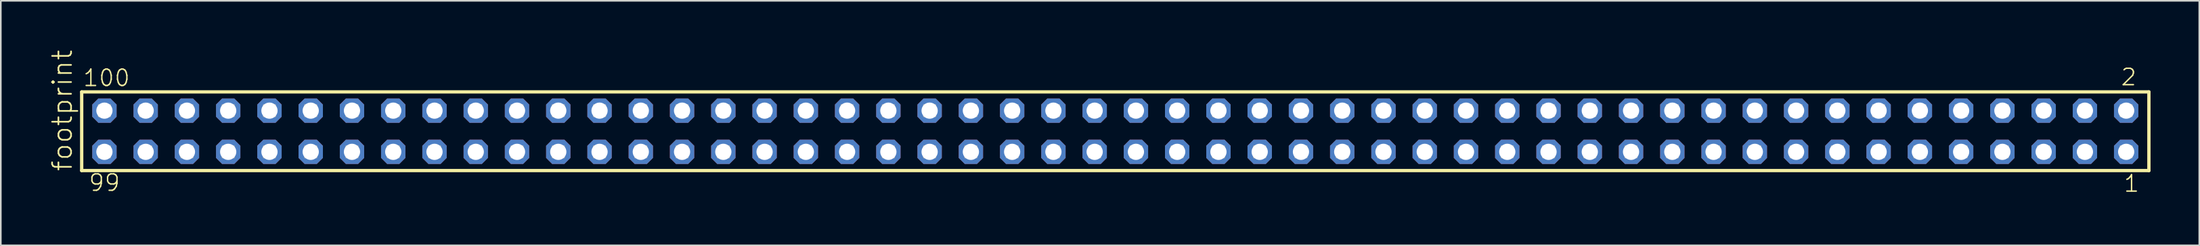
<source format=kicad_pcb>
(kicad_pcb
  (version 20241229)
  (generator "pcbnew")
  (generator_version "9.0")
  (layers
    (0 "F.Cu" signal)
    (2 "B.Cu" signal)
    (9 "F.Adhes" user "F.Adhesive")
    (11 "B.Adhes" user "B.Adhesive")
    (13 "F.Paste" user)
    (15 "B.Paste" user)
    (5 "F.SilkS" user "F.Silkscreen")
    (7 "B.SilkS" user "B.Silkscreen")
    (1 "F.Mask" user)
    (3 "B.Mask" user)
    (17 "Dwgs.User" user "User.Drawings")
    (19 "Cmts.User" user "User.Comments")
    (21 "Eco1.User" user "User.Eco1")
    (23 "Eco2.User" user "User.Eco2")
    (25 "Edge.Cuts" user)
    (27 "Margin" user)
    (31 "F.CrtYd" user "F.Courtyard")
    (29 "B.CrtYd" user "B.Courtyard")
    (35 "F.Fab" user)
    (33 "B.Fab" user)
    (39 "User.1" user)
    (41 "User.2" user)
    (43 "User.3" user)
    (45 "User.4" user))
  (footprint "footprint"
    (layer "F.Cu")
    (at 65.608 5.042)
    (property "Reference" "footprint" (at -64.135 2.54 90) (layer "F.SilkS") (effects (font (size 1.168 1.168) (thickness 0.102)) (justify left bottom)))
    (fp_line (start -63.629 -2.425) (end 63.629 -2.425) (stroke (width 0.203) (type solid)) (layer "F.SilkS"))
    (fp_line (start -63.629 2.425) (end -63.629 -2.425) (stroke (width 0.203) (type solid)) (layer "F.SilkS"))
    (fp_line (start 63.629 -2.425) (end 63.629 2.425) (stroke (width 0.203) (type solid)) (layer "F.SilkS"))
    (fp_line (start 63.629 2.425) (end -63.629 2.425) (stroke (width 0.203) (type solid)) (layer "F.SilkS"))
    (fp_poly (pts (xy -62.58 -0.92) (xy -61.88 -0.92) (xy -61.88 -1.62) (xy -62.58 -1.62)) (stroke (width 0.1) (type solid)) (fill no) (layer "F.Fab"))
    (fp_poly (pts (xy -62.58 1.62) (xy -61.88 1.62) (xy -61.88 0.92) (xy -62.58 0.92)) (stroke (width 0.1) (type solid)) (fill no) (layer "F.Fab"))
    (fp_poly (pts (xy -60.04 -0.92) (xy -59.34 -0.92) (xy -59.34 -1.62) (xy -60.04 -1.62)) (stroke (width 0.1) (type solid)) (fill no) (layer "F.Fab"))
    (fp_poly (pts (xy -60.04 1.62) (xy -59.34 1.62) (xy -59.34 0.92) (xy -60.04 0.92)) (stroke (width 0.1) (type solid)) (fill no) (layer "F.Fab"))
    (fp_poly (pts (xy -57.5 -0.92) (xy -56.8 -0.92) (xy -56.8 -1.62) (xy -57.5 -1.62)) (stroke (width 0.1) (type solid)) (fill no) (layer "F.Fab"))
    (fp_poly (pts (xy -57.5 1.62) (xy -56.8 1.62) (xy -56.8 0.92) (xy -57.5 0.92)) (stroke (width 0.1) (type solid)) (fill no) (layer "F.Fab"))
    (fp_poly (pts (xy -54.96 -0.92) (xy -54.26 -0.92) (xy -54.26 -1.62) (xy -54.96 -1.62)) (stroke (width 0.1) (type solid)) (fill no) (layer "F.Fab"))
    (fp_poly (pts (xy -54.96 1.62) (xy -54.26 1.62) (xy -54.26 0.92) (xy -54.96 0.92)) (stroke (width 0.1) (type solid)) (fill no) (layer "F.Fab"))
    (fp_poly (pts (xy -52.42 -0.92) (xy -51.72 -0.92) (xy -51.72 -1.62) (xy -52.42 -1.62)) (stroke (width 0.1) (type solid)) (fill no) (layer "F.Fab"))
    (fp_poly (pts (xy -52.42 1.62) (xy -51.72 1.62) (xy -51.72 0.92) (xy -52.42 0.92)) (stroke (width 0.1) (type solid)) (fill no) (layer "F.Fab"))
    (fp_poly (pts (xy -49.88 -0.92) (xy -49.18 -0.92) (xy -49.18 -1.62) (xy -49.88 -1.62)) (stroke (width 0.1) (type solid)) (fill no) (layer "F.Fab"))
    (fp_poly (pts (xy -49.88 1.62) (xy -49.18 1.62) (xy -49.18 0.92) (xy -49.88 0.92)) (stroke (width 0.1) (type solid)) (fill no) (layer "F.Fab"))
    (fp_poly (pts (xy -47.34 -0.92) (xy -46.64 -0.92) (xy -46.64 -1.62) (xy -47.34 -1.62)) (stroke (width 0.1) (type solid)) (fill no) (layer "F.Fab"))
    (fp_poly (pts (xy -47.34 1.62) (xy -46.64 1.62) (xy -46.64 0.92) (xy -47.34 0.92)) (stroke (width 0.1) (type solid)) (fill no) (layer "F.Fab"))
    (fp_poly (pts (xy -44.8 -0.92) (xy -44.1 -0.92) (xy -44.1 -1.62) (xy -44.8 -1.62)) (stroke (width 0.1) (type solid)) (fill no) (layer "F.Fab"))
    (fp_poly (pts (xy -44.8 1.62) (xy -44.1 1.62) (xy -44.1 0.92) (xy -44.8 0.92)) (stroke (width 0.1) (type solid)) (fill no) (layer "F.Fab"))
    (fp_poly (pts (xy -42.26 -0.92) (xy -41.56 -0.92) (xy -41.56 -1.62) (xy -42.26 -1.62)) (stroke (width 0.1) (type solid)) (fill no) (layer "F.Fab"))
    (fp_poly (pts (xy -42.26 1.62) (xy -41.56 1.62) (xy -41.56 0.92) (xy -42.26 0.92)) (stroke (width 0.1) (type solid)) (fill no) (layer "F.Fab"))
    (fp_poly (pts (xy -39.72 -0.92) (xy -39.02 -0.92) (xy -39.02 -1.62) (xy -39.72 -1.62)) (stroke (width 0.1) (type solid)) (fill no) (layer "F.Fab"))
    (fp_poly (pts (xy -39.72 1.62) (xy -39.02 1.62) (xy -39.02 0.92) (xy -39.72 0.92)) (stroke (width 0.1) (type solid)) (fill no) (layer "F.Fab"))
    (fp_poly (pts (xy -37.18 -0.92) (xy -36.48 -0.92) (xy -36.48 -1.62) (xy -37.18 -1.62)) (stroke (width 0.1) (type solid)) (fill no) (layer "F.Fab"))
    (fp_poly (pts (xy -37.18 1.62) (xy -36.48 1.62) (xy -36.48 0.92) (xy -37.18 0.92)) (stroke (width 0.1) (type solid)) (fill no) (layer "F.Fab"))
    (fp_poly (pts (xy -34.64 -0.92) (xy -33.94 -0.92) (xy -33.94 -1.62) (xy -34.64 -1.62)) (stroke (width 0.1) (type solid)) (fill no) (layer "F.Fab"))
    (fp_poly (pts (xy -34.64 1.62) (xy -33.94 1.62) (xy -33.94 0.92) (xy -34.64 0.92)) (stroke (width 0.1) (type solid)) (fill no) (layer "F.Fab"))
    (fp_poly (pts (xy -32.1 -0.92) (xy -31.4 -0.92) (xy -31.4 -1.62) (xy -32.1 -1.62)) (stroke (width 0.1) (type solid)) (fill no) (layer "F.Fab"))
    (fp_poly (pts (xy -32.1 1.62) (xy -31.4 1.62) (xy -31.4 0.92) (xy -32.1 0.92)) (stroke (width 0.1) (type solid)) (fill no) (layer "F.Fab"))
    (fp_poly (pts (xy -29.56 -0.92) (xy -28.86 -0.92) (xy -28.86 -1.62) (xy -29.56 -1.62)) (stroke (width 0.1) (type solid)) (fill no) (layer "F.Fab"))
    (fp_poly (pts (xy -29.56 1.62) (xy -28.86 1.62) (xy -28.86 0.92) (xy -29.56 0.92)) (stroke (width 0.1) (type solid)) (fill no) (layer "F.Fab"))
    (fp_poly (pts (xy -27.02 -0.92) (xy -26.32 -0.92) (xy -26.32 -1.62) (xy -27.02 -1.62)) (stroke (width 0.1) (type solid)) (fill no) (layer "F.Fab"))
    (fp_poly (pts (xy -27.02 1.62) (xy -26.32 1.62) (xy -26.32 0.92) (xy -27.02 0.92)) (stroke (width 0.1) (type solid)) (fill no) (layer "F.Fab"))
    (fp_poly (pts (xy -24.48 -0.92) (xy -23.78 -0.92) (xy -23.78 -1.62) (xy -24.48 -1.62)) (stroke (width 0.1) (type solid)) (fill no) (layer "F.Fab"))
    (fp_poly (pts (xy -24.48 1.62) (xy -23.78 1.62) (xy -23.78 0.92) (xy -24.48 0.92)) (stroke (width 0.1) (type solid)) (fill no) (layer "F.Fab"))
    (fp_poly (pts (xy -21.94 -0.92) (xy -21.24 -0.92) (xy -21.24 -1.62) (xy -21.94 -1.62)) (stroke (width 0.1) (type solid)) (fill no) (layer "F.Fab"))
    (fp_poly (pts (xy -21.94 1.62) (xy -21.24 1.62) (xy -21.24 0.92) (xy -21.94 0.92)) (stroke (width 0.1) (type solid)) (fill no) (layer "F.Fab"))
    (fp_poly (pts (xy -19.4 -0.92) (xy -18.7 -0.92) (xy -18.7 -1.62) (xy -19.4 -1.62)) (stroke (width 0.1) (type solid)) (fill no) (layer "F.Fab"))
    (fp_poly (pts (xy -19.4 1.62) (xy -18.7 1.62) (xy -18.7 0.92) (xy -19.4 0.92)) (stroke (width 0.1) (type solid)) (fill no) (layer "F.Fab"))
    (fp_poly (pts (xy -16.86 -0.92) (xy -16.16 -0.92) (xy -16.16 -1.62) (xy -16.86 -1.62)) (stroke (width 0.1) (type solid)) (fill no) (layer "F.Fab"))
    (fp_poly (pts (xy -16.86 1.62) (xy -16.16 1.62) (xy -16.16 0.92) (xy -16.86 0.92)) (stroke (width 0.1) (type solid)) (fill no) (layer "F.Fab"))
    (fp_poly (pts (xy -14.32 -0.92) (xy -13.62 -0.92) (xy -13.62 -1.62) (xy -14.32 -1.62)) (stroke (width 0.1) (type solid)) (fill no) (layer "F.Fab"))
    (fp_poly (pts (xy -14.32 1.62) (xy -13.62 1.62) (xy -13.62 0.92) (xy -14.32 0.92)) (stroke (width 0.1) (type solid)) (fill no) (layer "F.Fab"))
    (fp_poly (pts (xy -11.78 -0.92) (xy -11.08 -0.92) (xy -11.08 -1.62) (xy -11.78 -1.62)) (stroke (width 0.1) (type solid)) (fill no) (layer "F.Fab"))
    (fp_poly (pts (xy -11.78 1.62) (xy -11.08 1.62) (xy -11.08 0.92) (xy -11.78 0.92)) (stroke (width 0.1) (type solid)) (fill no) (layer "F.Fab"))
    (fp_poly (pts (xy -9.24 -0.92) (xy -8.54 -0.92) (xy -8.54 -1.62) (xy -9.24 -1.62)) (stroke (width 0.1) (type solid)) (fill no) (layer "F.Fab"))
    (fp_poly (pts (xy -9.24 1.62) (xy -8.54 1.62) (xy -8.54 0.92) (xy -9.24 0.92)) (stroke (width 0.1) (type solid)) (fill no) (layer "F.Fab"))
    (fp_poly (pts (xy -6.7 -0.92) (xy -6 -0.92) (xy -6 -1.62) (xy -6.7 -1.62)) (stroke (width 0.1) (type solid)) (fill no) (layer "F.Fab"))
    (fp_poly (pts (xy -6.7 1.62) (xy -6 1.62) (xy -6 0.92) (xy -6.7 0.92)) (stroke (width 0.1) (type solid)) (fill no) (layer "F.Fab"))
    (fp_poly (pts (xy -4.16 -0.92) (xy -3.46 -0.92) (xy -3.46 -1.62) (xy -4.16 -1.62)) (stroke (width 0.1) (type solid)) (fill no) (layer "F.Fab"))
    (fp_poly (pts (xy -4.16 1.62) (xy -3.46 1.62) (xy -3.46 0.92) (xy -4.16 0.92)) (stroke (width 0.1) (type solid)) (fill no) (layer "F.Fab"))
    (fp_poly (pts (xy -1.62 -0.92) (xy -0.92 -0.92) (xy -0.92 -1.62) (xy -1.62 -1.62)) (stroke (width 0.1) (type solid)) (fill no) (layer "F.Fab"))
    (fp_poly (pts (xy -1.62 1.62) (xy -0.92 1.62) (xy -0.92 0.92) (xy -1.62 0.92)) (stroke (width 0.1) (type solid)) (fill no) (layer "F.Fab"))
    (fp_poly (pts (xy 0.92 -0.92) (xy 1.62 -0.92) (xy 1.62 -1.62) (xy 0.92 -1.62)) (stroke (width 0.1) (type solid)) (fill no) (layer "F.Fab"))
    (fp_poly (pts (xy 0.92 1.62) (xy 1.62 1.62) (xy 1.62 0.92) (xy 0.92 0.92)) (stroke (width 0.1) (type solid)) (fill no) (layer "F.Fab"))
    (fp_poly (pts (xy 3.46 -0.92) (xy 4.16 -0.92) (xy 4.16 -1.62) (xy 3.46 -1.62)) (stroke (width 0.1) (type solid)) (fill no) (layer "F.Fab"))
    (fp_poly (pts (xy 3.46 1.62) (xy 4.16 1.62) (xy 4.16 0.92) (xy 3.46 0.92)) (stroke (width 0.1) (type solid)) (fill no) (layer "F.Fab"))
    (fp_poly (pts (xy 6 -0.92) (xy 6.7 -0.92) (xy 6.7 -1.62) (xy 6 -1.62)) (stroke (width 0.1) (type solid)) (fill no) (layer "F.Fab"))
    (fp_poly (pts (xy 6 1.62) (xy 6.7 1.62) (xy 6.7 0.92) (xy 6 0.92)) (stroke (width 0.1) (type solid)) (fill no) (layer "F.Fab"))
    (fp_poly (pts (xy 8.54 -0.92) (xy 9.24 -0.92) (xy 9.24 -1.62) (xy 8.54 -1.62)) (stroke (width 0.1) (type solid)) (fill no) (layer "F.Fab"))
    (fp_poly (pts (xy 8.54 1.62) (xy 9.24 1.62) (xy 9.24 0.92) (xy 8.54 0.92)) (stroke (width 0.1) (type solid)) (fill no) (layer "F.Fab"))
    (fp_poly (pts (xy 11.08 -0.92) (xy 11.78 -0.92) (xy 11.78 -1.62) (xy 11.08 -1.62)) (stroke (width 0.1) (type solid)) (fill no) (layer "F.Fab"))
    (fp_poly (pts (xy 11.08 1.62) (xy 11.78 1.62) (xy 11.78 0.92) (xy 11.08 0.92)) (stroke (width 0.1) (type solid)) (fill no) (layer "F.Fab"))
    (fp_poly (pts (xy 13.62 -0.92) (xy 14.32 -0.92) (xy 14.32 -1.62) (xy 13.62 -1.62)) (stroke (width 0.1) (type solid)) (fill no) (layer "F.Fab"))
    (fp_poly (pts (xy 13.62 1.62) (xy 14.32 1.62) (xy 14.32 0.92) (xy 13.62 0.92)) (stroke (width 0.1) (type solid)) (fill no) (layer "F.Fab"))
    (fp_poly (pts (xy 16.16 -0.92) (xy 16.86 -0.92) (xy 16.86 -1.62) (xy 16.16 -1.62)) (stroke (width 0.1) (type solid)) (fill no) (layer "F.Fab"))
    (fp_poly (pts (xy 16.16 1.62) (xy 16.86 1.62) (xy 16.86 0.92) (xy 16.16 0.92)) (stroke (width 0.1) (type solid)) (fill no) (layer "F.Fab"))
    (fp_poly (pts (xy 18.7 -0.92) (xy 19.4 -0.92) (xy 19.4 -1.62) (xy 18.7 -1.62)) (stroke (width 0.1) (type solid)) (fill no) (layer "F.Fab"))
    (fp_poly (pts (xy 18.7 1.62) (xy 19.4 1.62) (xy 19.4 0.92) (xy 18.7 0.92)) (stroke (width 0.1) (type solid)) (fill no) (layer "F.Fab"))
    (fp_poly (pts (xy 21.24 -0.92) (xy 21.94 -0.92) (xy 21.94 -1.62) (xy 21.24 -1.62)) (stroke (width 0.1) (type solid)) (fill no) (layer "F.Fab"))
    (fp_poly (pts (xy 21.24 1.62) (xy 21.94 1.62) (xy 21.94 0.92) (xy 21.24 0.92)) (stroke (width 0.1) (type solid)) (fill no) (layer "F.Fab"))
    (fp_poly (pts (xy 23.78 -0.92) (xy 24.48 -0.92) (xy 24.48 -1.62) (xy 23.78 -1.62)) (stroke (width 0.1) (type solid)) (fill no) (layer "F.Fab"))
    (fp_poly (pts (xy 23.78 1.62) (xy 24.48 1.62) (xy 24.48 0.92) (xy 23.78 0.92)) (stroke (width 0.1) (type solid)) (fill no) (layer "F.Fab"))
    (fp_poly (pts (xy 26.32 -0.92) (xy 27.02 -0.92) (xy 27.02 -1.62) (xy 26.32 -1.62)) (stroke (width 0.1) (type solid)) (fill no) (layer "F.Fab"))
    (fp_poly (pts (xy 26.32 1.62) (xy 27.02 1.62) (xy 27.02 0.92) (xy 26.32 0.92)) (stroke (width 0.1) (type solid)) (fill no) (layer "F.Fab"))
    (fp_poly (pts (xy 28.86 -0.92) (xy 29.56 -0.92) (xy 29.56 -1.62) (xy 28.86 -1.62)) (stroke (width 0.1) (type solid)) (fill no) (layer "F.Fab"))
    (fp_poly (pts (xy 28.86 1.62) (xy 29.56 1.62) (xy 29.56 0.92) (xy 28.86 0.92)) (stroke (width 0.1) (type solid)) (fill no) (layer "F.Fab"))
    (fp_poly (pts (xy 31.4 -0.92) (xy 32.1 -0.92) (xy 32.1 -1.62) (xy 31.4 -1.62)) (stroke (width 0.1) (type solid)) (fill no) (layer "F.Fab"))
    (fp_poly (pts (xy 31.4 1.62) (xy 32.1 1.62) (xy 32.1 0.92) (xy 31.4 0.92)) (stroke (width 0.1) (type solid)) (fill no) (layer "F.Fab"))
    (fp_poly (pts (xy 33.94 -0.92) (xy 34.64 -0.92) (xy 34.64 -1.62) (xy 33.94 -1.62)) (stroke (width 0.1) (type solid)) (fill no) (layer "F.Fab"))
    (fp_poly (pts (xy 33.94 1.62) (xy 34.64 1.62) (xy 34.64 0.92) (xy 33.94 0.92)) (stroke (width 0.1) (type solid)) (fill no) (layer "F.Fab"))
    (fp_poly (pts (xy 36.48 -0.92) (xy 37.18 -0.92) (xy 37.18 -1.62) (xy 36.48 -1.62)) (stroke (width 0.1) (type solid)) (fill no) (layer "F.Fab"))
    (fp_poly (pts (xy 36.48 1.62) (xy 37.18 1.62) (xy 37.18 0.92) (xy 36.48 0.92)) (stroke (width 0.1) (type solid)) (fill no) (layer "F.Fab"))
    (fp_poly (pts (xy 39.02 -0.92) (xy 39.72 -0.92) (xy 39.72 -1.62) (xy 39.02 -1.62)) (stroke (width 0.1) (type solid)) (fill no) (layer "F.Fab"))
    (fp_poly (pts (xy 39.02 1.62) (xy 39.72 1.62) (xy 39.72 0.92) (xy 39.02 0.92)) (stroke (width 0.1) (type solid)) (fill no) (layer "F.Fab"))
    (fp_poly (pts (xy 41.56 -0.92) (xy 42.26 -0.92) (xy 42.26 -1.62) (xy 41.56 -1.62)) (stroke (width 0.1) (type solid)) (fill no) (layer "F.Fab"))
    (fp_poly (pts (xy 41.56 1.62) (xy 42.26 1.62) (xy 42.26 0.92) (xy 41.56 0.92)) (stroke (width 0.1) (type solid)) (fill no) (layer "F.Fab"))
    (fp_poly (pts (xy 44.1 -0.92) (xy 44.8 -0.92) (xy 44.8 -1.62) (xy 44.1 -1.62)) (stroke (width 0.1) (type solid)) (fill no) (layer "F.Fab"))
    (fp_poly (pts (xy 44.1 1.62) (xy 44.8 1.62) (xy 44.8 0.92) (xy 44.1 0.92)) (stroke (width 0.1) (type solid)) (fill no) (layer "F.Fab"))
    (fp_poly (pts (xy 46.64 -0.92) (xy 47.34 -0.92) (xy 47.34 -1.62) (xy 46.64 -1.62)) (stroke (width 0.1) (type solid)) (fill no) (layer "F.Fab"))
    (fp_poly (pts (xy 46.64 1.62) (xy 47.34 1.62) (xy 47.34 0.92) (xy 46.64 0.92)) (stroke (width 0.1) (type solid)) (fill no) (layer "F.Fab"))
    (fp_poly (pts (xy 49.18 -0.92) (xy 49.88 -0.92) (xy 49.88 -1.62) (xy 49.18 -1.62)) (stroke (width 0.1) (type solid)) (fill no) (layer "F.Fab"))
    (fp_poly (pts (xy 49.18 1.62) (xy 49.88 1.62) (xy 49.88 0.92) (xy 49.18 0.92)) (stroke (width 0.1) (type solid)) (fill no) (layer "F.Fab"))
    (fp_poly (pts (xy 51.72 -0.92) (xy 52.42 -0.92) (xy 52.42 -1.62) (xy 51.72 -1.62)) (stroke (width 0.1) (type solid)) (fill no) (layer "F.Fab"))
    (fp_poly (pts (xy 51.72 1.62) (xy 52.42 1.62) (xy 52.42 0.92) (xy 51.72 0.92)) (stroke (width 0.1) (type solid)) (fill no) (layer "F.Fab"))
    (fp_poly (pts (xy 54.26 -0.92) (xy 54.96 -0.92) (xy 54.96 -1.62) (xy 54.26 -1.62)) (stroke (width 0.1) (type solid)) (fill no) (layer "F.Fab"))
    (fp_poly (pts (xy 54.26 1.62) (xy 54.96 1.62) (xy 54.96 0.92) (xy 54.26 0.92)) (stroke (width 0.1) (type solid)) (fill no) (layer "F.Fab"))
    (fp_poly (pts (xy 56.8 -0.92) (xy 57.5 -0.92) (xy 57.5 -1.62) (xy 56.8 -1.62)) (stroke (width 0.1) (type solid)) (fill no) (layer "F.Fab"))
    (fp_poly (pts (xy 56.8 1.62) (xy 57.5 1.62) (xy 57.5 0.92) (xy 56.8 0.92)) (stroke (width 0.1) (type solid)) (fill no) (layer "F.Fab"))
    (fp_poly (pts (xy 59.34 -0.92) (xy 60.04 -0.92) (xy 60.04 -1.62) (xy 59.34 -1.62)) (stroke (width 0.1) (type solid)) (fill no) (layer "F.Fab"))
    (fp_poly (pts (xy 59.34 1.62) (xy 60.04 1.62) (xy 60.04 0.92) (xy 59.34 0.92)) (stroke (width 0.1) (type solid)) (fill no) (layer "F.Fab"))
    (fp_poly (pts (xy 61.88 -0.92) (xy 62.58 -0.92) (xy 62.58 -1.62) (xy 61.88 -1.62)) (stroke (width 0.1) (type solid)) (fill no) (layer "F.Fab"))
    (fp_poly (pts (xy 61.88 1.62) (xy 62.58 1.62) (xy 62.58 0.92) (xy 61.88 0.92)) (stroke (width 0.1) (type solid)) (fill no) (layer "F.Fab"))
    (fp_text user "1" (at 62.022 3.818 0) (layer "F.SilkS") (effects (font (size 1.012 1.012) (thickness 0.088)) (justify left bottom)))
    (fp_text user "99" (at -63.25 3.768 0) (layer "F.SilkS") (effects (font (size 1.012 1.012) (thickness 0.088)) (justify left bottom)))
    (fp_text user "100" (at -63.604 -2.694 0) (layer "F.SilkS") (effects (font (size 1.012 1.012) (thickness 0.088)) (justify left bottom)))
    (fp_text user "2" (at 61.847 -2.744 0) (layer "F.SilkS") (effects (font (size 1.012 1.012) (thickness 0.088)) (justify left bottom)))
    (pad "1" thru_hole roundrect (at 62.23 1.27 180) (size 1.5 1.5) (drill 1) (layers "*.Cu" "*.Mask") (roundrect_rratio 0.25) (chamfer_ratio 0.25) (chamfer top_left top_right bottom_left bottom_right))
    (pad "2" thru_hole roundrect (at 62.23 -1.27 180) (size 1.5 1.5) (drill 1) (layers "*.Cu" "*.Mask") (roundrect_rratio 0.25) (chamfer_ratio 0.25) (chamfer top_left top_right bottom_left bottom_right))
    (pad "3" thru_hole roundrect (at 59.69 1.27 180) (size 1.5 1.5) (drill 1) (layers "*.Cu" "*.Mask") (roundrect_rratio 0.25) (chamfer_ratio 0.25) (chamfer top_left top_right bottom_left bottom_right))
    (pad "4" thru_hole roundrect (at 59.69 -1.27 180) (size 1.5 1.5) (drill 1) (layers "*.Cu" "*.Mask") (roundrect_rratio 0.25) (chamfer_ratio 0.25) (chamfer top_left top_right bottom_left bottom_right))
    (pad "5" thru_hole roundrect (at 57.15 1.27 180) (size 1.5 1.5) (drill 1) (layers "*.Cu" "*.Mask") (roundrect_rratio 0.25) (chamfer_ratio 0.25) (chamfer top_left top_right bottom_left bottom_right))
    (pad "6" thru_hole roundrect (at 57.15 -1.27 180) (size 1.5 1.5) (drill 1) (layers "*.Cu" "*.Mask") (roundrect_rratio 0.25) (chamfer_ratio 0.25) (chamfer top_left top_right bottom_left bottom_right))
    (pad "7" thru_hole roundrect (at 54.61 1.27 180) (size 1.5 1.5) (drill 1) (layers "*.Cu" "*.Mask") (roundrect_rratio 0.25) (chamfer_ratio 0.25) (chamfer top_left top_right bottom_left bottom_right))
    (pad "8" thru_hole roundrect (at 54.61 -1.27 180) (size 1.5 1.5) (drill 1) (layers "*.Cu" "*.Mask") (roundrect_rratio 0.25) (chamfer_ratio 0.25) (chamfer top_left top_right bottom_left bottom_right))
    (pad "9" thru_hole roundrect (at 52.07 1.27 180) (size 1.5 1.5) (drill 1) (layers "*.Cu" "*.Mask") (roundrect_rratio 0.25) (chamfer_ratio 0.25) (chamfer top_left top_right bottom_left bottom_right))
    (pad "10" thru_hole roundrect (at 52.07 -1.27 180) (size 1.5 1.5) (drill 1) (layers "*.Cu" "*.Mask") (roundrect_rratio 0.25) (chamfer_ratio 0.25) (chamfer top_left top_right bottom_left bottom_right))
    (pad "11" thru_hole roundrect (at 49.53 1.27 180) (size 1.5 1.5) (drill 1) (layers "*.Cu" "*.Mask") (roundrect_rratio 0.25) (chamfer_ratio 0.25) (chamfer top_left top_right bottom_left bottom_right))
    (pad "12" thru_hole roundrect (at 49.53 -1.27 180) (size 1.5 1.5) (drill 1) (layers "*.Cu" "*.Mask") (roundrect_rratio 0.25) (chamfer_ratio 0.25) (chamfer top_left top_right bottom_left bottom_right))
    (pad "13" thru_hole roundrect (at 46.99 1.27 180) (size 1.5 1.5) (drill 1) (layers "*.Cu" "*.Mask") (roundrect_rratio 0.25) (chamfer_ratio 0.25) (chamfer top_left top_right bottom_left bottom_right))
    (pad "14" thru_hole roundrect (at 46.99 -1.27 180) (size 1.5 1.5) (drill 1) (layers "*.Cu" "*.Mask") (roundrect_rratio 0.25) (chamfer_ratio 0.25) (chamfer top_left top_right bottom_left bottom_right))
    (pad "15" thru_hole roundrect (at 44.45 1.27 180) (size 1.5 1.5) (drill 1) (layers "*.Cu" "*.Mask") (roundrect_rratio 0.25) (chamfer_ratio 0.25) (chamfer top_left top_right bottom_left bottom_right))
    (pad "16" thru_hole roundrect (at 44.45 -1.27 180) (size 1.5 1.5) (drill 1) (layers "*.Cu" "*.Mask") (roundrect_rratio 0.25) (chamfer_ratio 0.25) (chamfer top_left top_right bottom_left bottom_right))
    (pad "17" thru_hole roundrect (at 41.91 1.27 180) (size 1.5 1.5) (drill 1) (layers "*.Cu" "*.Mask") (roundrect_rratio 0.25) (chamfer_ratio 0.25) (chamfer top_left top_right bottom_left bottom_right))
    (pad "18" thru_hole roundrect (at 41.91 -1.27 180) (size 1.5 1.5) (drill 1) (layers "*.Cu" "*.Mask") (roundrect_rratio 0.25) (chamfer_ratio 0.25) (chamfer top_left top_right bottom_left bottom_right))
    (pad "19" thru_hole roundrect (at 39.37 1.27 180) (size 1.5 1.5) (drill 1) (layers "*.Cu" "*.Mask") (roundrect_rratio 0.25) (chamfer_ratio 0.25) (chamfer top_left top_right bottom_left bottom_right))
    (pad "20" thru_hole roundrect (at 39.37 -1.27 180) (size 1.5 1.5) (drill 1) (layers "*.Cu" "*.Mask") (roundrect_rratio 0.25) (chamfer_ratio 0.25) (chamfer top_left top_right bottom_left bottom_right))
    (pad "21" thru_hole roundrect (at 36.83 1.27 180) (size 1.5 1.5) (drill 1) (layers "*.Cu" "*.Mask") (roundrect_rratio 0.25) (chamfer_ratio 0.25) (chamfer top_left top_right bottom_left bottom_right))
    (pad "22" thru_hole roundrect (at 36.83 -1.27 180) (size 1.5 1.5) (drill 1) (layers "*.Cu" "*.Mask") (roundrect_rratio 0.25) (chamfer_ratio 0.25) (chamfer top_left top_right bottom_left bottom_right))
    (pad "23" thru_hole roundrect (at 34.29 1.27 180) (size 1.5 1.5) (drill 1) (layers "*.Cu" "*.Mask") (roundrect_rratio 0.25) (chamfer_ratio 0.25) (chamfer top_left top_right bottom_left bottom_right))
    (pad "24" thru_hole roundrect (at 34.29 -1.27 180) (size 1.5 1.5) (drill 1) (layers "*.Cu" "*.Mask") (roundrect_rratio 0.25) (chamfer_ratio 0.25) (chamfer top_left top_right bottom_left bottom_right))
    (pad "25" thru_hole roundrect (at 31.75 1.27 180) (size 1.5 1.5) (drill 1) (layers "*.Cu" "*.Mask") (roundrect_rratio 0.25) (chamfer_ratio 0.25) (chamfer top_left top_right bottom_left bottom_right))
    (pad "26" thru_hole roundrect (at 31.75 -1.27 180) (size 1.5 1.5) (drill 1) (layers "*.Cu" "*.Mask") (roundrect_rratio 0.25) (chamfer_ratio 0.25) (chamfer top_left top_right bottom_left bottom_right))
    (pad "27" thru_hole roundrect (at 29.21 1.27 180) (size 1.5 1.5) (drill 1) (layers "*.Cu" "*.Mask") (roundrect_rratio 0.25) (chamfer_ratio 0.25) (chamfer top_left top_right bottom_left bottom_right))
    (pad "28" thru_hole roundrect (at 29.21 -1.27 180) (size 1.5 1.5) (drill 1) (layers "*.Cu" "*.Mask") (roundrect_rratio 0.25) (chamfer_ratio 0.25) (chamfer top_left top_right bottom_left bottom_right))
    (pad "29" thru_hole roundrect (at 26.67 1.27 180) (size 1.5 1.5) (drill 1) (layers "*.Cu" "*.Mask") (roundrect_rratio 0.25) (chamfer_ratio 0.25) (chamfer top_left top_right bottom_left bottom_right))
    (pad "30" thru_hole roundrect (at 26.67 -1.27 180) (size 1.5 1.5) (drill 1) (layers "*.Cu" "*.Mask") (roundrect_rratio 0.25) (chamfer_ratio 0.25) (chamfer top_left top_right bottom_left bottom_right))
    (pad "31" thru_hole roundrect (at 24.13 1.27 180) (size 1.5 1.5) (drill 1) (layers "*.Cu" "*.Mask") (roundrect_rratio 0.25) (chamfer_ratio 0.25) (chamfer top_left top_right bottom_left bottom_right))
    (pad "32" thru_hole roundrect (at 24.13 -1.27 180) (size 1.5 1.5) (drill 1) (layers "*.Cu" "*.Mask") (roundrect_rratio 0.25) (chamfer_ratio 0.25) (chamfer top_left top_right bottom_left bottom_right))
    (pad "33" thru_hole roundrect (at 21.59 1.27 180) (size 1.5 1.5) (drill 1) (layers "*.Cu" "*.Mask") (roundrect_rratio 0.25) (chamfer_ratio 0.25) (chamfer top_left top_right bottom_left bottom_right))
    (pad "34" thru_hole roundrect (at 21.59 -1.27 180) (size 1.5 1.5) (drill 1) (layers "*.Cu" "*.Mask") (roundrect_rratio 0.25) (chamfer_ratio 0.25) (chamfer top_left top_right bottom_left bottom_right))
    (pad "35" thru_hole roundrect (at 19.05 1.27 180) (size 1.5 1.5) (drill 1) (layers "*.Cu" "*.Mask") (roundrect_rratio 0.25) (chamfer_ratio 0.25) (chamfer top_left top_right bottom_left bottom_right))
    (pad "36" thru_hole roundrect (at 19.05 -1.27 180) (size 1.5 1.5) (drill 1) (layers "*.Cu" "*.Mask") (roundrect_rratio 0.25) (chamfer_ratio 0.25) (chamfer top_left top_right bottom_left bottom_right))
    (pad "37" thru_hole roundrect (at 16.51 1.27 180) (size 1.5 1.5) (drill 1) (layers "*.Cu" "*.Mask") (roundrect_rratio 0.25) (chamfer_ratio 0.25) (chamfer top_left top_right bottom_left bottom_right))
    (pad "38" thru_hole roundrect (at 16.51 -1.27 180) (size 1.5 1.5) (drill 1) (layers "*.Cu" "*.Mask") (roundrect_rratio 0.25) (chamfer_ratio 0.25) (chamfer top_left top_right bottom_left bottom_right))
    (pad "39" thru_hole roundrect (at 13.97 1.27 180) (size 1.5 1.5) (drill 1) (layers "*.Cu" "*.Mask") (roundrect_rratio 0.25) (chamfer_ratio 0.25) (chamfer top_left top_right bottom_left bottom_right))
    (pad "40" thru_hole roundrect (at 13.97 -1.27 180) (size 1.5 1.5) (drill 1) (layers "*.Cu" "*.Mask") (roundrect_rratio 0.25) (chamfer_ratio 0.25) (chamfer top_left top_right bottom_left bottom_right))
    (pad "41" thru_hole roundrect (at 11.43 1.27 180) (size 1.5 1.5) (drill 1) (layers "*.Cu" "*.Mask") (roundrect_rratio 0.25) (chamfer_ratio 0.25) (chamfer top_left top_right bottom_left bottom_right))
    (pad "42" thru_hole roundrect (at 11.43 -1.27 180) (size 1.5 1.5) (drill 1) (layers "*.Cu" "*.Mask") (roundrect_rratio 0.25) (chamfer_ratio 0.25) (chamfer top_left top_right bottom_left bottom_right))
    (pad "43" thru_hole roundrect (at 8.89 1.27 180) (size 1.5 1.5) (drill 1) (layers "*.Cu" "*.Mask") (roundrect_rratio 0.25) (chamfer_ratio 0.25) (chamfer top_left top_right bottom_left bottom_right))
    (pad "44" thru_hole roundrect (at 8.89 -1.27 180) (size 1.5 1.5) (drill 1) (layers "*.Cu" "*.Mask") (roundrect_rratio 0.25) (chamfer_ratio 0.25) (chamfer top_left top_right bottom_left bottom_right))
    (pad "45" thru_hole roundrect (at 6.35 1.27 180) (size 1.5 1.5) (drill 1) (layers "*.Cu" "*.Mask") (roundrect_rratio 0.25) (chamfer_ratio 0.25) (chamfer top_left top_right bottom_left bottom_right))
    (pad "46" thru_hole roundrect (at 6.35 -1.27 180) (size 1.5 1.5) (drill 1) (layers "*.Cu" "*.Mask") (roundrect_rratio 0.25) (chamfer_ratio 0.25) (chamfer top_left top_right bottom_left bottom_right))
    (pad "47" thru_hole roundrect (at 3.81 1.27 180) (size 1.5 1.5) (drill 1) (layers "*.Cu" "*.Mask") (roundrect_rratio 0.25) (chamfer_ratio 0.25) (chamfer top_left top_right bottom_left bottom_right))
    (pad "48" thru_hole roundrect (at 3.81 -1.27 180) (size 1.5 1.5) (drill 1) (layers "*.Cu" "*.Mask") (roundrect_rratio 0.25) (chamfer_ratio 0.25) (chamfer top_left top_right bottom_left bottom_right))
    (pad "49" thru_hole roundrect (at 1.27 1.27 180) (size 1.5 1.5) (drill 1) (layers "*.Cu" "*.Mask") (roundrect_rratio 0.25) (chamfer_ratio 0.25) (chamfer top_left top_right bottom_left bottom_right))
    (pad "50" thru_hole roundrect (at 1.27 -1.27 180) (size 1.5 1.5) (drill 1) (layers "*.Cu" "*.Mask") (roundrect_rratio 0.25) (chamfer_ratio 0.25) (chamfer top_left top_right bottom_left bottom_right))
    (pad "51" thru_hole roundrect (at -1.27 1.27 180) (size 1.5 1.5) (drill 1) (layers "*.Cu" "*.Mask") (roundrect_rratio 0.25) (chamfer_ratio 0.25) (chamfer top_left top_right bottom_left bottom_right))
    (pad "52" thru_hole roundrect (at -1.27 -1.27 180) (size 1.5 1.5) (drill 1) (layers "*.Cu" "*.Mask") (roundrect_rratio 0.25) (chamfer_ratio 0.25) (chamfer top_left top_right bottom_left bottom_right))
    (pad "53" thru_hole roundrect (at -3.81 1.27 180) (size 1.5 1.5) (drill 1) (layers "*.Cu" "*.Mask") (roundrect_rratio 0.25) (chamfer_ratio 0.25) (chamfer top_left top_right bottom_left bottom_right))
    (pad "54" thru_hole roundrect (at -3.81 -1.27 180) (size 1.5 1.5) (drill 1) (layers "*.Cu" "*.Mask") (roundrect_rratio 0.25) (chamfer_ratio 0.25) (chamfer top_left top_right bottom_left bottom_right))
    (pad "55" thru_hole roundrect (at -6.35 1.27 180) (size 1.5 1.5) (drill 1) (layers "*.Cu" "*.Mask") (roundrect_rratio 0.25) (chamfer_ratio 0.25) (chamfer top_left top_right bottom_left bottom_right))
    (pad "56" thru_hole roundrect (at -6.35 -1.27 180) (size 1.5 1.5) (drill 1) (layers "*.Cu" "*.Mask") (roundrect_rratio 0.25) (chamfer_ratio 0.25) (chamfer top_left top_right bottom_left bottom_right))
    (pad "57" thru_hole roundrect (at -8.89 1.27 180) (size 1.5 1.5) (drill 1) (layers "*.Cu" "*.Mask") (roundrect_rratio 0.25) (chamfer_ratio 0.25) (chamfer top_left top_right bottom_left bottom_right))
    (pad "58" thru_hole roundrect (at -8.89 -1.27 180) (size 1.5 1.5) (drill 1) (layers "*.Cu" "*.Mask") (roundrect_rratio 0.25) (chamfer_ratio 0.25) (chamfer top_left top_right bottom_left bottom_right))
    (pad "59" thru_hole roundrect (at -11.43 1.27 180) (size 1.5 1.5) (drill 1) (layers "*.Cu" "*.Mask") (roundrect_rratio 0.25) (chamfer_ratio 0.25) (chamfer top_left top_right bottom_left bottom_right))
    (pad "60" thru_hole roundrect (at -11.43 -1.27 180) (size 1.5 1.5) (drill 1) (layers "*.Cu" "*.Mask") (roundrect_rratio 0.25) (chamfer_ratio 0.25) (chamfer top_left top_right bottom_left bottom_right))
    (pad "61" thru_hole roundrect (at -13.97 1.27 180) (size 1.5 1.5) (drill 1) (layers "*.Cu" "*.Mask") (roundrect_rratio 0.25) (chamfer_ratio 0.25) (chamfer top_left top_right bottom_left bottom_right))
    (pad "62" thru_hole roundrect (at -13.97 -1.27 180) (size 1.5 1.5) (drill 1) (layers "*.Cu" "*.Mask") (roundrect_rratio 0.25) (chamfer_ratio 0.25) (chamfer top_left top_right bottom_left bottom_right))
    (pad "63" thru_hole roundrect (at -16.51 1.27 180) (size 1.5 1.5) (drill 1) (layers "*.Cu" "*.Mask") (roundrect_rratio 0.25) (chamfer_ratio 0.25) (chamfer top_left top_right bottom_left bottom_right))
    (pad "64" thru_hole roundrect (at -16.51 -1.27 180) (size 1.5 1.5) (drill 1) (layers "*.Cu" "*.Mask") (roundrect_rratio 0.25) (chamfer_ratio 0.25) (chamfer top_left top_right bottom_left bottom_right))
    (pad "65" thru_hole roundrect (at -19.05 1.27 180) (size 1.5 1.5) (drill 1) (layers "*.Cu" "*.Mask") (roundrect_rratio 0.25) (chamfer_ratio 0.25) (chamfer top_left top_right bottom_left bottom_right))
    (pad "66" thru_hole roundrect (at -19.05 -1.27 180) (size 1.5 1.5) (drill 1) (layers "*.Cu" "*.Mask") (roundrect_rratio 0.25) (chamfer_ratio 0.25) (chamfer top_left top_right bottom_left bottom_right))
    (pad "67" thru_hole roundrect (at -21.59 1.27 180) (size 1.5 1.5) (drill 1) (layers "*.Cu" "*.Mask") (roundrect_rratio 0.25) (chamfer_ratio 0.25) (chamfer top_left top_right bottom_left bottom_right))
    (pad "68" thru_hole roundrect (at -21.59 -1.27 180) (size 1.5 1.5) (drill 1) (layers "*.Cu" "*.Mask") (roundrect_rratio 0.25) (chamfer_ratio 0.25) (chamfer top_left top_right bottom_left bottom_right))
    (pad "69" thru_hole roundrect (at -24.13 1.27 180) (size 1.5 1.5) (drill 1) (layers "*.Cu" "*.Mask") (roundrect_rratio 0.25) (chamfer_ratio 0.25) (chamfer top_left top_right bottom_left bottom_right))
    (pad "70" thru_hole roundrect (at -24.13 -1.27 180) (size 1.5 1.5) (drill 1) (layers "*.Cu" "*.Mask") (roundrect_rratio 0.25) (chamfer_ratio 0.25) (chamfer top_left top_right bottom_left bottom_right))
    (pad "71" thru_hole roundrect (at -26.67 1.27 180) (size 1.5 1.5) (drill 1) (layers "*.Cu" "*.Mask") (roundrect_rratio 0.25) (chamfer_ratio 0.25) (chamfer top_left top_right bottom_left bottom_right))
    (pad "72" thru_hole roundrect (at -26.67 -1.27 180) (size 1.5 1.5) (drill 1) (layers "*.Cu" "*.Mask") (roundrect_rratio 0.25) (chamfer_ratio 0.25) (chamfer top_left top_right bottom_left bottom_right))
    (pad "73" thru_hole roundrect (at -29.21 1.27 180) (size 1.5 1.5) (drill 1) (layers "*.Cu" "*.Mask") (roundrect_rratio 0.25) (chamfer_ratio 0.25) (chamfer top_left top_right bottom_left bottom_right))
    (pad "74" thru_hole roundrect (at -29.21 -1.27 180) (size 1.5 1.5) (drill 1) (layers "*.Cu" "*.Mask") (roundrect_rratio 0.25) (chamfer_ratio 0.25) (chamfer top_left top_right bottom_left bottom_right))
    (pad "75" thru_hole roundrect (at -31.75 1.27 180) (size 1.5 1.5) (drill 1) (layers "*.Cu" "*.Mask") (roundrect_rratio 0.25) (chamfer_ratio 0.25) (chamfer top_left top_right bottom_left bottom_right))
    (pad "76" thru_hole roundrect (at -31.75 -1.27 180) (size 1.5 1.5) (drill 1) (layers "*.Cu" "*.Mask") (roundrect_rratio 0.25) (chamfer_ratio 0.25) (chamfer top_left top_right bottom_left bottom_right))
    (pad "77" thru_hole roundrect (at -34.29 1.27 180) (size 1.5 1.5) (drill 1) (layers "*.Cu" "*.Mask") (roundrect_rratio 0.25) (chamfer_ratio 0.25) (chamfer top_left top_right bottom_left bottom_right))
    (pad "78" thru_hole roundrect (at -34.29 -1.27 180) (size 1.5 1.5) (drill 1) (layers "*.Cu" "*.Mask") (roundrect_rratio 0.25) (chamfer_ratio 0.25) (chamfer top_left top_right bottom_left bottom_right))
    (pad "79" thru_hole roundrect (at -36.83 1.27 180) (size 1.5 1.5) (drill 1) (layers "*.Cu" "*.Mask") (roundrect_rratio 0.25) (chamfer_ratio 0.25) (chamfer top_left top_right bottom_left bottom_right))
    (pad "80" thru_hole roundrect (at -36.83 -1.27 180) (size 1.5 1.5) (drill 1) (layers "*.Cu" "*.Mask") (roundrect_rratio 0.25) (chamfer_ratio 0.25) (chamfer top_left top_right bottom_left bottom_right))
    (pad "81" thru_hole roundrect (at -39.37 1.27 180) (size 1.5 1.5) (drill 1) (layers "*.Cu" "*.Mask") (roundrect_rratio 0.25) (chamfer_ratio 0.25) (chamfer top_left top_right bottom_left bottom_right))
    (pad "82" thru_hole roundrect (at -39.37 -1.27 180) (size 1.5 1.5) (drill 1) (layers "*.Cu" "*.Mask") (roundrect_rratio 0.25) (chamfer_ratio 0.25) (chamfer top_left top_right bottom_left bottom_right))
    (pad "83" thru_hole roundrect (at -41.91 1.27 180) (size 1.5 1.5) (drill 1) (layers "*.Cu" "*.Mask") (roundrect_rratio 0.25) (chamfer_ratio 0.25) (chamfer top_left top_right bottom_left bottom_right))
    (pad "84" thru_hole roundrect (at -41.91 -1.27 180) (size 1.5 1.5) (drill 1) (layers "*.Cu" "*.Mask") (roundrect_rratio 0.25) (chamfer_ratio 0.25) (chamfer top_left top_right bottom_left bottom_right))
    (pad "85" thru_hole roundrect (at -44.45 1.27 180) (size 1.5 1.5) (drill 1) (layers "*.Cu" "*.Mask") (roundrect_rratio 0.25) (chamfer_ratio 0.25) (chamfer top_left top_right bottom_left bottom_right))
    (pad "86" thru_hole roundrect (at -44.45 -1.27 180) (size 1.5 1.5) (drill 1) (layers "*.Cu" "*.Mask") (roundrect_rratio 0.25) (chamfer_ratio 0.25) (chamfer top_left top_right bottom_left bottom_right))
    (pad "87" thru_hole roundrect (at -46.99 1.27 180) (size 1.5 1.5) (drill 1) (layers "*.Cu" "*.Mask") (roundrect_rratio 0.25) (chamfer_ratio 0.25) (chamfer top_left top_right bottom_left bottom_right))
    (pad "88" thru_hole roundrect (at -46.99 -1.27 180) (size 1.5 1.5) (drill 1) (layers "*.Cu" "*.Mask") (roundrect_rratio 0.25) (chamfer_ratio 0.25) (chamfer top_left top_right bottom_left bottom_right))
    (pad "89" thru_hole roundrect (at -49.53 1.27 180) (size 1.5 1.5) (drill 1) (layers "*.Cu" "*.Mask") (roundrect_rratio 0.25) (chamfer_ratio 0.25) (chamfer top_left top_right bottom_left bottom_right))
    (pad "90" thru_hole roundrect (at -49.53 -1.27 180) (size 1.5 1.5) (drill 1) (layers "*.Cu" "*.Mask") (roundrect_rratio 0.25) (chamfer_ratio 0.25) (chamfer top_left top_right bottom_left bottom_right))
    (pad "91" thru_hole roundrect (at -52.07 1.27 180) (size 1.5 1.5) (drill 1) (layers "*.Cu" "*.Mask") (roundrect_rratio 0.25) (chamfer_ratio 0.25) (chamfer top_left top_right bottom_left bottom_right))
    (pad "92" thru_hole roundrect (at -52.07 -1.27 180) (size 1.5 1.5) (drill 1) (layers "*.Cu" "*.Mask") (roundrect_rratio 0.25) (chamfer_ratio 0.25) (chamfer top_left top_right bottom_left bottom_right))
    (pad "93" thru_hole roundrect (at -54.61 1.27 180) (size 1.5 1.5) (drill 1) (layers "*.Cu" "*.Mask") (roundrect_rratio 0.25) (chamfer_ratio 0.25) (chamfer top_left top_right bottom_left bottom_right))
    (pad "94" thru_hole roundrect (at -54.61 -1.27 180) (size 1.5 1.5) (drill 1) (layers "*.Cu" "*.Mask") (roundrect_rratio 0.25) (chamfer_ratio 0.25) (chamfer top_left top_right bottom_left bottom_right))
    (pad "95" thru_hole roundrect (at -57.15 1.27 180) (size 1.5 1.5) (drill 1) (layers "*.Cu" "*.Mask") (roundrect_rratio 0.25) (chamfer_ratio 0.25) (chamfer top_left top_right bottom_left bottom_right))
    (pad "96" thru_hole roundrect (at -57.15 -1.27 180) (size 1.5 1.5) (drill 1) (layers "*.Cu" "*.Mask") (roundrect_rratio 0.25) (chamfer_ratio 0.25) (chamfer top_left top_right bottom_left bottom_right))
    (pad "97" thru_hole roundrect (at -59.69 1.27 180) (size 1.5 1.5) (drill 1) (layers "*.Cu" "*.Mask") (roundrect_rratio 0.25) (chamfer_ratio 0.25) (chamfer top_left top_right bottom_left bottom_right))
    (pad "98" thru_hole roundrect (at -59.69 -1.27 180) (size 1.5 1.5) (drill 1) (layers "*.Cu" "*.Mask") (roundrect_rratio 0.25) (chamfer_ratio 0.25) (chamfer top_left top_right bottom_left bottom_right))
    (pad "99" thru_hole roundrect (at -62.23 1.27 180) (size 1.5 1.5) (drill 1) (layers "*.Cu" "*.Mask") (roundrect_rratio 0.25) (chamfer_ratio 0.25) (chamfer top_left top_right bottom_left bottom_right))
    (pad "100" thru_hole roundrect (at -62.23 -1.27 180) (size 1.5 1.5) (drill 1) (layers "*.Cu" "*.Mask") (roundrect_rratio 0.25) (chamfer_ratio 0.25) (chamfer top_left top_right bottom_left bottom_right)))
  (gr_rect
    (start -3 -3)
    (end 132.339 12.077)
    (stroke (width 0.1) (type default))
    (fill no)
    (layer "Edge.Cuts")))
</source>
